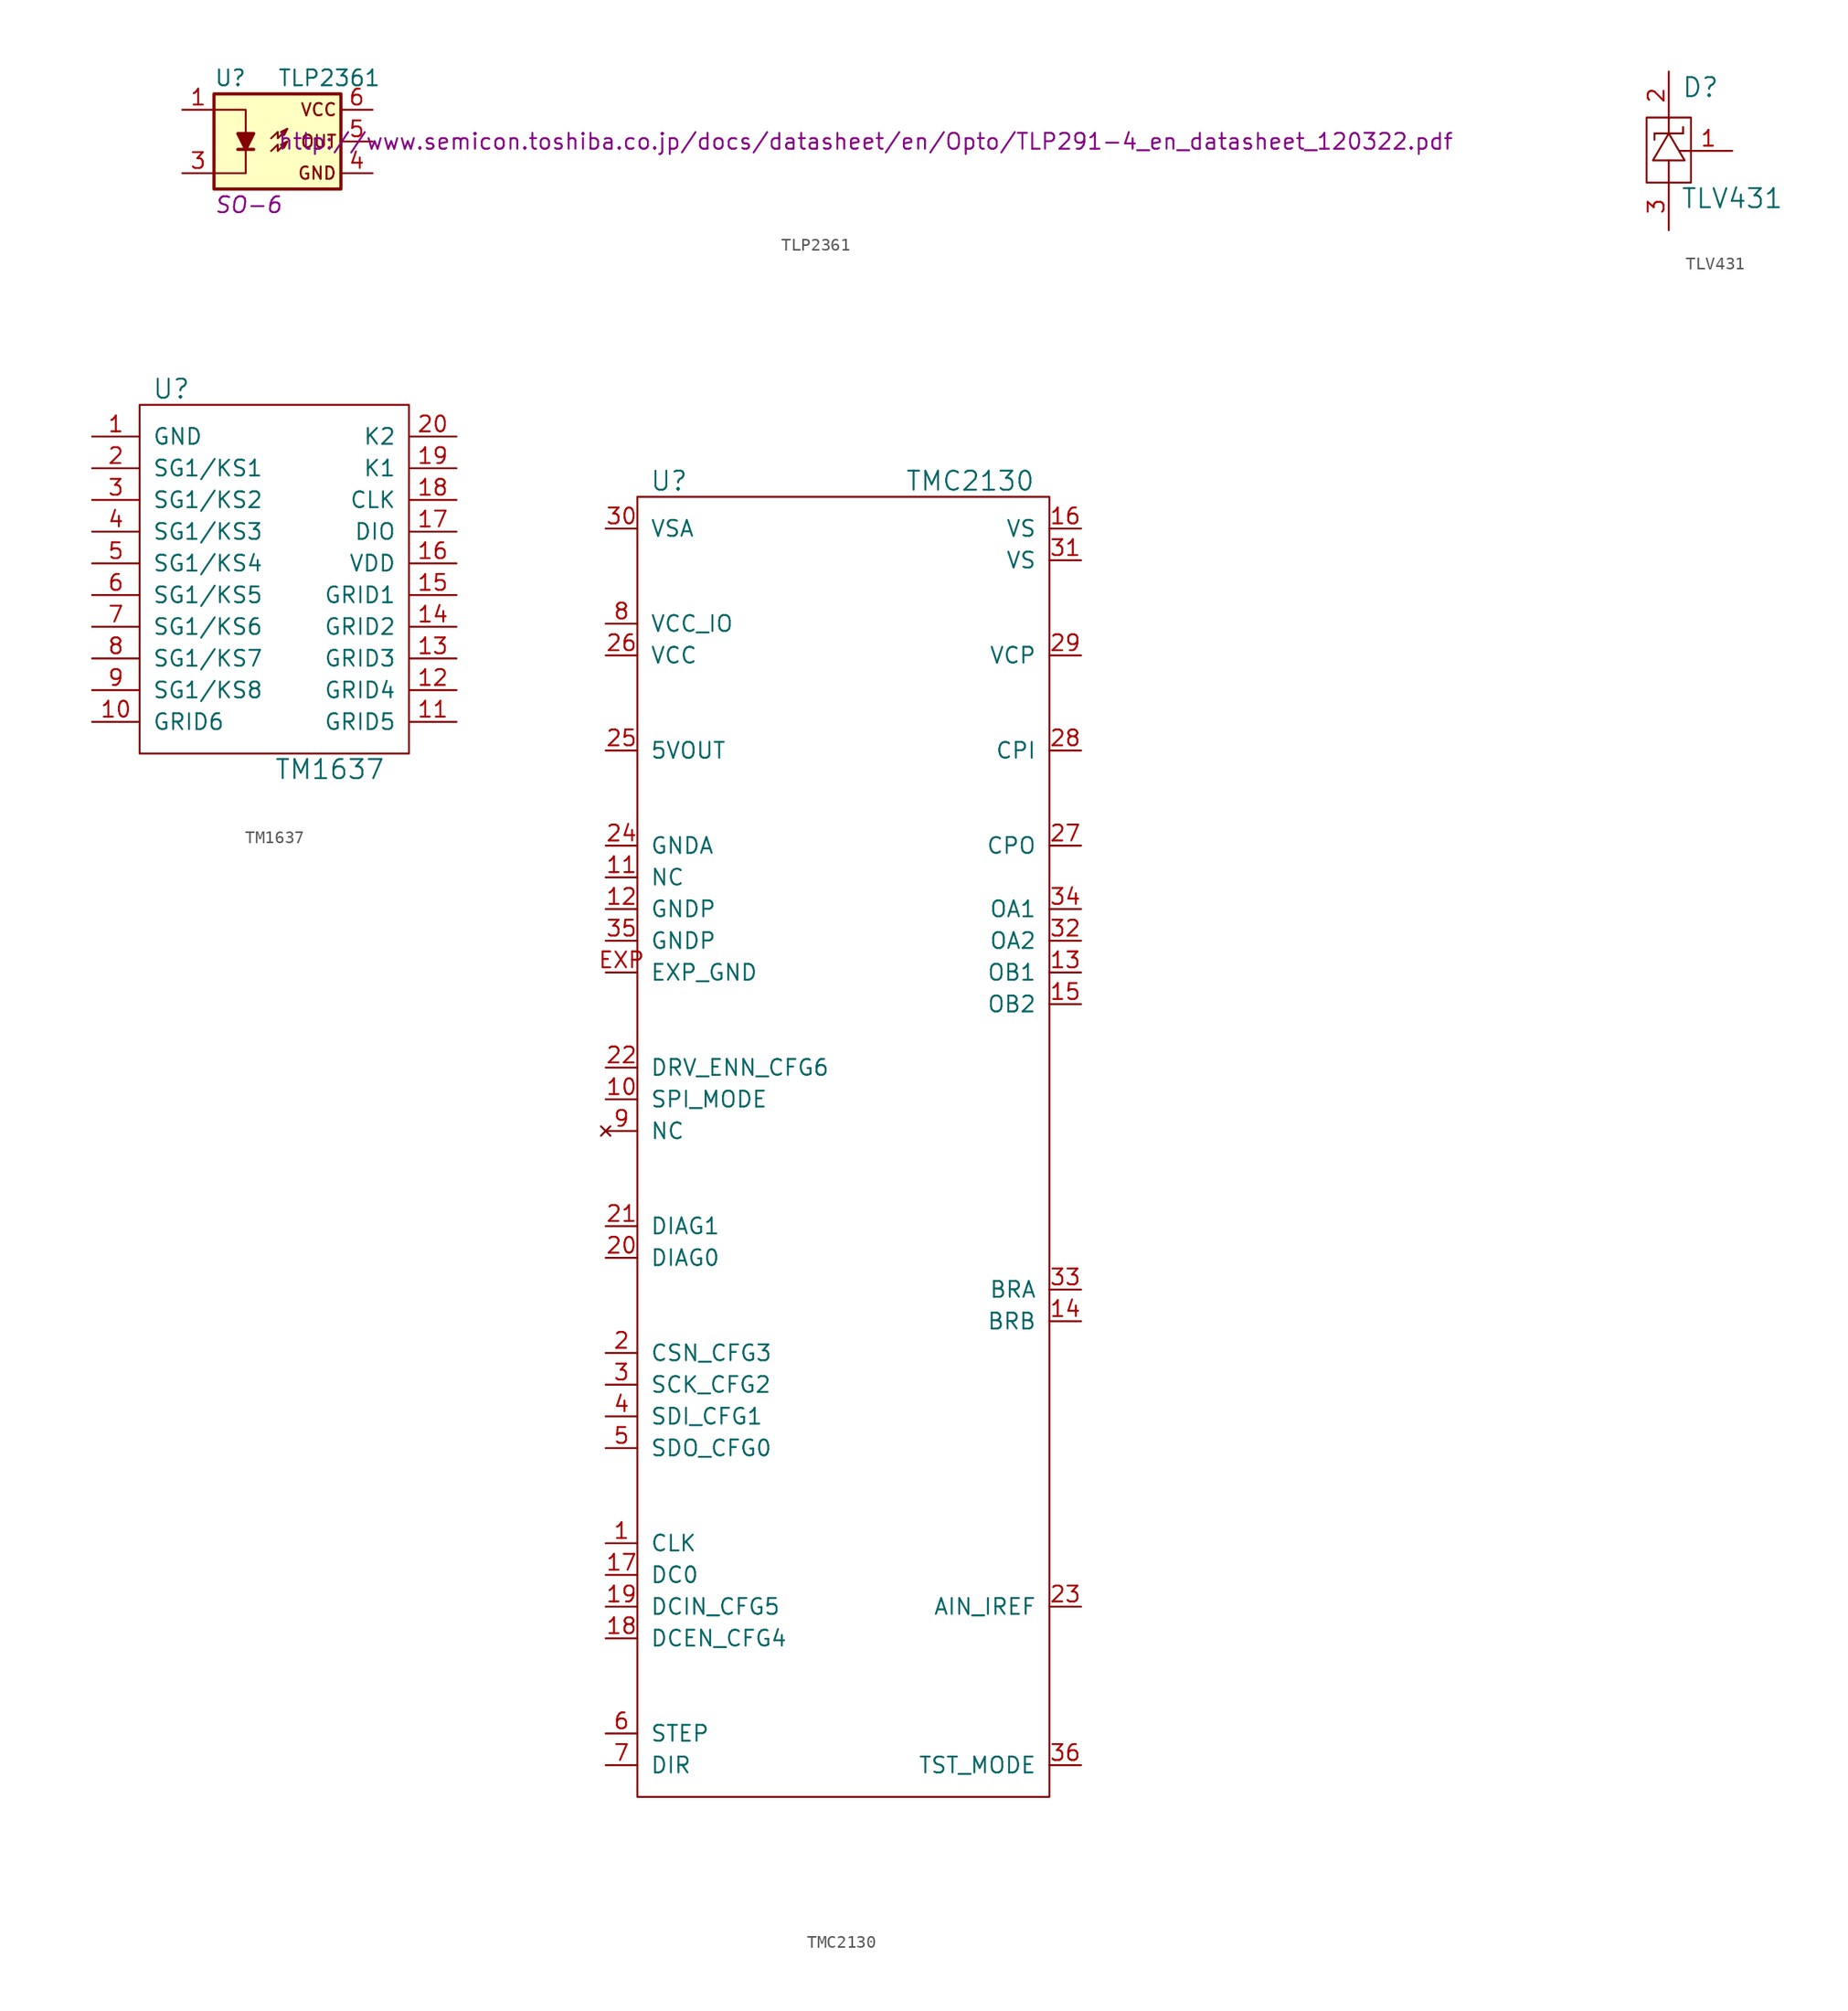
<source format=kicad_sym>
(kicad_symbol_lib
  (version 20211014)
  (generator kicad_symbol_editor)
  (symbol "TLP2361"
    (pin_names
      (offset 1.016))
    (property "Reference" "U"
      (at -5.08 5.08 0)
      (effects (font (size 1.27 1.27)) (justify left)))
    (property "Value" "TLP2361"
      (at 0 5.08 0)
      (effects (font (size 1.27 1.27)) (justify left)))
    (property "Footprint" "SO-6"
      (at -5.08 -5.08 0)
      (effects (font (size 1.27 1.27) italic) (justify left)))
    (property "Datasheet" "http://www.semicon.toshiba.co.jp/docs/datasheet/en/Opto/TLP291-4_en_datasheet_120322.pdf"
      (at 0 0 0)
      (effects (font (size 1.27 1.27)) (justify left)))
    (symbol "TLP2361_0_0"
      (text "GND" (at 3.175 -2.54 0) (effects (font (size 0.991 0.991))))
      (text "OUT" (at 3.302 0 0) (effects (font (size 0.991 0.991))))
      (text "VCC" (at 3.302 2.54 0) (effects (font (size 0.991 0.991)))))
    (symbol "TLP2361_0_1"
      (rectangle (start -5.08 3.81) (end 5.08 -3.81) (stroke (width 0.254) (type default) (color 0 0 0 0)) (fill (type background)))
      (polyline (pts (xy -3.175 -0.635) (xy -1.905 -0.635)) (stroke (width 0.254) (type default) (color 0 0 0 0)) (fill (type none)))
      (polyline (pts (xy -5.08 2.54) (xy -2.54 2.54) (xy -2.54 0.635)) (stroke (width 0) (type default) (color 0 0 0 0)) (fill (type none)))
      (polyline (pts (xy -2.54 -0.635) (xy -2.54 -2.54) (xy -5.08 -2.54)) (stroke (width 0) (type default) (color 0 0 0 0)) (fill (type none)))
      (polyline (pts (xy -2.54 -0.635) (xy -3.175 0.635) (xy -1.905 0.635) (xy -2.54 -0.635)) (stroke (width 0.254) (type default) (color 0 0 0 0)) (fill (type outline)))
      (polyline (pts (xy -0.508 0.254) (xy 0.025 0.762) (xy 0.025 0.254) (xy 0.787 1.016)) (stroke (width 0) (type default) (color 0 0 0 0)) (fill (type none)))
      (polyline (pts (xy 0.787 1.016) (xy 0.279 0.762) (xy 0.533 0.508) (xy 0.787 1.016)) (stroke (width 0) (type default) (color 0 0 0 0)) (fill (type none)))
      (polyline (pts (xy -0.508 -0.762) (xy 0.025 -0.254) (xy 0.025 -0.762) (xy 0.787 0) (xy 0.279 -0.254) (xy 0.533 -0.508) (xy 0.787 0)) (stroke (width 0) (type default) (color 0 0 0 0)) (fill (type none))))
    (symbol "TLP2361_1_1"
      (pin passive line (at -7.62 2.54 0) (length 2.54) (name "~" (effects (font (size 1.27 1.27)))) (number "1" (effects (font (size 1.27 1.27)))))
      (pin passive line (at -7.62 -2.54 0) (length 2.54) (name "~" (effects (font (size 1.27 1.27)))) (number "3" (effects (font (size 1.27 1.27)))))
      (pin passive line (at 7.62 -2.54 180) (length 2.54) (name "~" (effects (font (size 1.27 1.27)))) (number "4" (effects (font (size 1.27 1.27)))))
      (pin passive line (at 7.62 0 180) (length 2.54) (name "~" (effects (font (size 1.27 1.27)))) (number "5" (effects (font (size 1.27 1.27)))))
      (pin passive line (at 7.62 2.54 180) (length 2.54) (name "~" (effects (font (size 1.27 1.27)))) (number "6" (effects (font (size 1.27 1.27)))))))
  (symbol "TLV431"
    (pin_names
      (offset 1.016))
    (property "Reference" "D"
      (at 2.54 5.08 0)
      (effects (font (size 1.524 1.524))))
    (property "Value" "TLV431"
      (at 5.08 -3.81 0)
      (effects (font (size 1.524 1.524))))
    (property "Footprint" ""
      (at 0 0 0)
      (effects (font (size 1.524 1.524))))
    (property "Datasheet" ""
      (at 0 0 0)
      (effects (font (size 1.524 1.524))))
    (symbol "TLV431_0_1"
      (polyline (pts (xy -1.143 1.397) (xy -1.143 0.889)) (stroke (width 0) (type default) (color 0 0 0 0)) (fill (type none)))
      (polyline (pts (xy 0 -2.54) (xy 0 -0.762)) (stroke (width 0) (type default) (color 0 0 0 0)) (fill (type none)))
      (polyline (pts (xy 0 2.54) (xy 0 1.397)) (stroke (width 0) (type default) (color 0 0 0 0)) (fill (type none)))
      (polyline (pts (xy 1.143 1.397) (xy -1.143 1.397)) (stroke (width 0) (type default) (color 0 0 0 0)) (fill (type none)))
      (polyline (pts (xy 1.143 1.397) (xy 1.143 1.905)) (stroke (width 0) (type default) (color 0 0 0 0)) (fill (type none)))
      (polyline (pts (xy 1.27 0) (xy 0.889 0)) (stroke (width 0) (type default) (color 0 0 0 0)) (fill (type none)))
      (polyline (pts (xy 0 1.397) (xy -1.27 -0.762) (xy 1.27 -0.762) (xy 0 1.397)) (stroke (width 0) (type default) (color 0 0 0 0)) (fill (type none)))
      (polyline (pts (xy 0 2.667) (xy 1.778 2.667) (xy 1.778 -2.54) (xy -1.778 -2.54) (xy -1.778 2.667) (xy 0 2.667)) (stroke (width 0) (type default) (color 0 0 0 0)) (fill (type none))))
    (symbol "TLV431_1_1"
      (pin passive line (at 5.08 0 180) (length 3.81) (name "~" (effects (font (size 1.27 1.27)))) (number "1" (effects (font (size 1.27 1.27)))))
      (pin passive line (at 0 6.35 270) (length 3.81) (name "~" (effects (font (size 1.27 1.27)))) (number "2" (effects (font (size 1.27 1.27)))))
      (pin passive line (at 0 -6.35 90) (length 3.81) (name "~" (effects (font (size 1.27 1.27)))) (number "3" (effects (font (size 1.27 1.27)))))))
  (symbol "TM1637"
    (pin_names
      (offset 1.016))
    (property "Reference" "U"
      (at -8.89 11.43 0)
      (effects (font (size 1.524 1.524))))
    (property "Value" "TM1637"
      (at 3.81 -19.05 0)
      (effects (font (size 1.524 1.524))))
    (property "Footprint" ""
      (at 0 0 0)
      (effects (font (size 1.524 1.524))))
    (property "Datasheet" ""
      (at 0 0 0)
      (effects (font (size 1.524 1.524))))
    (symbol "TM1637_0_1"
      (rectangle (start -11.43 10.16) (end 10.16 -17.78) (stroke (width 0) (type default) (color 0 0 0 0)) (fill (type none))))
    (symbol "TM1637_1_1"
      (pin passive line (at -15.24 7.62 0) (length 3.81) (name "GND" (effects (font (size 1.27 1.27)))) (number "1" (effects (font (size 1.27 1.27)))))
      (pin passive line (at -15.24 -15.24 0) (length 3.81) (name "GRID6" (effects (font (size 1.27 1.27)))) (number "10" (effects (font (size 1.27 1.27)))))
      (pin passive line (at 13.97 -15.24 180) (length 3.81) (name "GRID5" (effects (font (size 1.27 1.27)))) (number "11" (effects (font (size 1.27 1.27)))))
      (pin passive line (at 13.97 -12.7 180) (length 3.81) (name "GRID4" (effects (font (size 1.27 1.27)))) (number "12" (effects (font (size 1.27 1.27)))))
      (pin passive line (at 13.97 -10.16 180) (length 3.81) (name "GRID3" (effects (font (size 1.27 1.27)))) (number "13" (effects (font (size 1.27 1.27)))))
      (pin passive line (at 13.97 -7.62 180) (length 3.81) (name "GRID2" (effects (font (size 1.27 1.27)))) (number "14" (effects (font (size 1.27 1.27)))))
      (pin passive line (at 13.97 -5.08 180) (length 3.81) (name "GRID1" (effects (font (size 1.27 1.27)))) (number "15" (effects (font (size 1.27 1.27)))))
      (pin passive line (at 13.97 -2.54 180) (length 3.81) (name "VDD" (effects (font (size 1.27 1.27)))) (number "16" (effects (font (size 1.27 1.27)))))
      (pin passive line (at 13.97 0 180) (length 3.81) (name "DIO" (effects (font (size 1.27 1.27)))) (number "17" (effects (font (size 1.27 1.27)))))
      (pin passive line (at 13.97 2.54 180) (length 3.81) (name "CLK" (effects (font (size 1.27 1.27)))) (number "18" (effects (font (size 1.27 1.27)))))
      (pin passive line (at 13.97 5.08 180) (length 3.81) (name "K1" (effects (font (size 1.27 1.27)))) (number "19" (effects (font (size 1.27 1.27)))))
      (pin passive line (at -15.24 5.08 0) (length 3.81) (name "SG1/KS1" (effects (font (size 1.27 1.27)))) (number "2" (effects (font (size 1.27 1.27)))))
      (pin passive line (at 13.97 7.62 180) (length 3.81) (name "K2" (effects (font (size 1.27 1.27)))) (number "20" (effects (font (size 1.27 1.27)))))
      (pin passive line (at -15.24 2.54 0) (length 3.81) (name "SG1/KS2" (effects (font (size 1.27 1.27)))) (number "3" (effects (font (size 1.27 1.27)))))
      (pin passive line (at -15.24 0 0) (length 3.81) (name "SG1/KS3" (effects (font (size 1.27 1.27)))) (number "4" (effects (font (size 1.27 1.27)))))
      (pin passive line (at -15.24 -2.54 0) (length 3.81) (name "SG1/KS4" (effects (font (size 1.27 1.27)))) (number "5" (effects (font (size 1.27 1.27)))))
      (pin passive line (at -15.24 -5.08 0) (length 3.81) (name "SG1/KS5" (effects (font (size 1.27 1.27)))) (number "6" (effects (font (size 1.27 1.27)))))
      (pin passive line (at -15.24 -7.62 0) (length 3.81) (name "SG1/KS6" (effects (font (size 1.27 1.27)))) (number "7" (effects (font (size 1.27 1.27)))))
      (pin passive line (at -15.24 -10.16 0) (length 3.81) (name "SG1/KS7" (effects (font (size 1.27 1.27)))) (number "8" (effects (font (size 1.27 1.27)))))
      (pin passive line (at -15.24 -12.7 0) (length 3.81) (name "SG1/KS8" (effects (font (size 1.27 1.27)))) (number "9" (effects (font (size 1.27 1.27)))))))
  (symbol "TMC2130"
    (pin_names
      (offset 1.016))
    (property "Reference" "U"
      (at -13.97 53.34 0)
      (effects (font (size 1.524 1.524))))
    (property "Value" "TMC2130"
      (at 10.16 53.34 0)
      (effects (font (size 1.524 1.524))))
    (property "Footprint" ""
      (at 0 7.62 0)
      (effects (font (size 1.524 1.524))))
    (property "Datasheet" ""
      (at 0 7.62 0)
      (effects (font (size 1.524 1.524))))
    (symbol "TMC2130_0_1"
      (rectangle (start -16.51 52.07) (end 16.51 -52.07) (stroke (width 0) (type default) (color 0 0 0 0)) (fill (type none))))
    (symbol "TMC2130_1_1"
      (pin input line (at -19.05 -31.75 0) (length 2.54) (name "CLK" (effects (font (size 1.27 1.27)))) (number "1" (effects (font (size 1.27 1.27)))))
      (pin input line (at -19.05 3.81 0) (length 2.54) (name "SPI_MODE" (effects (font (size 1.27 1.27)))) (number "10" (effects (font (size 1.27 1.27)))))
      (pin passive line (at -19.05 21.59 0) (length 2.54) (name "NC" (effects (font (size 1.27 1.27)))) (number "11" (effects (font (size 1.27 1.27)))))
      (pin input line (at -19.05 19.05 0) (length 2.54) (name "GNDP" (effects (font (size 1.27 1.27)))) (number "12" (effects (font (size 1.27 1.27)))))
      (pin input line (at 19.05 13.97 180) (length 2.54) (name "OB1" (effects (font (size 1.27 1.27)))) (number "13" (effects (font (size 1.27 1.27)))))
      (pin input line (at 19.05 -13.97 180) (length 2.54) (name "BRB" (effects (font (size 1.27 1.27)))) (number "14" (effects (font (size 1.27 1.27)))))
      (pin input line (at 19.05 11.43 180) (length 2.54) (name "OB2" (effects (font (size 1.27 1.27)))) (number "15" (effects (font (size 1.27 1.27)))))
      (pin input line (at 19.05 49.53 180) (length 2.54) (name "VS" (effects (font (size 1.27 1.27)))) (number "16" (effects (font (size 1.27 1.27)))))
      (pin input line (at -19.05 -34.29 0) (length 2.54) (name "DC0" (effects (font (size 1.27 1.27)))) (number "17" (effects (font (size 1.27 1.27)))))
      (pin input line (at -19.05 -39.37 0) (length 2.54) (name "DCEN_CFG4" (effects (font (size 1.27 1.27)))) (number "18" (effects (font (size 1.27 1.27)))))
      (pin input line (at -19.05 -36.83 0) (length 2.54) (name "DCIN_CFG5" (effects (font (size 1.27 1.27)))) (number "19" (effects (font (size 1.27 1.27)))))
      (pin input line (at -19.05 -16.51 0) (length 2.54) (name "CSN_CFG3" (effects (font (size 1.27 1.27)))) (number "2" (effects (font (size 1.27 1.27)))))
      (pin input line (at -19.05 -8.89 0) (length 2.54) (name "DIAG0" (effects (font (size 1.27 1.27)))) (number "20" (effects (font (size 1.27 1.27)))))
      (pin input line (at -19.05 -6.35 0) (length 2.54) (name "DIAG1" (effects (font (size 1.27 1.27)))) (number "21" (effects (font (size 1.27 1.27)))))
      (pin input line (at -19.05 6.35 0) (length 2.54) (name "DRV_ENN_CFG6" (effects (font (size 1.27 1.27)))) (number "22" (effects (font (size 1.27 1.27)))))
      (pin input line (at 19.05 -36.83 180) (length 2.54) (name "AIN_IREF" (effects (font (size 1.27 1.27)))) (number "23" (effects (font (size 1.27 1.27)))))
      (pin input line (at -19.05 24.13 0) (length 2.54) (name "GNDA" (effects (font (size 1.27 1.27)))) (number "24" (effects (font (size 1.27 1.27)))))
      (pin input line (at -19.05 31.75 0) (length 2.54) (name "5VOUT" (effects (font (size 1.27 1.27)))) (number "25" (effects (font (size 1.27 1.27)))))
      (pin input line (at -19.05 39.37 0) (length 2.54) (name "VCC" (effects (font (size 1.27 1.27)))) (number "26" (effects (font (size 1.27 1.27)))))
      (pin input line (at 19.05 24.13 180) (length 2.54) (name "CPO" (effects (font (size 1.27 1.27)))) (number "27" (effects (font (size 1.27 1.27)))))
      (pin input line (at 19.05 31.75 180) (length 2.54) (name "CPI" (effects (font (size 1.27 1.27)))) (number "28" (effects (font (size 1.27 1.27)))))
      (pin input line (at 19.05 39.37 180) (length 2.54) (name "VCP" (effects (font (size 1.27 1.27)))) (number "29" (effects (font (size 1.27 1.27)))))
      (pin input line (at -19.05 -19.05 0) (length 2.54) (name "SCK_CFG2" (effects (font (size 1.27 1.27)))) (number "3" (effects (font (size 1.27 1.27)))))
      (pin input line (at -19.05 49.53 0) (length 2.54) (name "VSA" (effects (font (size 1.27 1.27)))) (number "30" (effects (font (size 1.27 1.27)))))
      (pin input line (at 19.05 46.99 180) (length 2.54) (name "VS" (effects (font (size 1.27 1.27)))) (number "31" (effects (font (size 1.27 1.27)))))
      (pin input line (at 19.05 16.51 180) (length 2.54) (name "OA2" (effects (font (size 1.27 1.27)))) (number "32" (effects (font (size 1.27 1.27)))))
      (pin input line (at 19.05 -11.43 180) (length 2.54) (name "BRA" (effects (font (size 1.27 1.27)))) (number "33" (effects (font (size 1.27 1.27)))))
      (pin input line (at 19.05 19.05 180) (length 2.54) (name "OA1" (effects (font (size 1.27 1.27)))) (number "34" (effects (font (size 1.27 1.27)))))
      (pin input line (at -19.05 16.51 0) (length 2.54) (name "GNDP" (effects (font (size 1.27 1.27)))) (number "35" (effects (font (size 1.27 1.27)))))
      (pin input line (at 19.05 -49.53 180) (length 2.54) (name "TST_MODE" (effects (font (size 1.27 1.27)))) (number "36" (effects (font (size 1.27 1.27)))))
      (pin input line (at -19.05 -21.59 0) (length 2.54) (name "SDI_CFG1" (effects (font (size 1.27 1.27)))) (number "4" (effects (font (size 1.27 1.27)))))
      (pin input line (at -19.05 -24.13 0) (length 2.54) (name "SDO_CFG0" (effects (font (size 1.27 1.27)))) (number "5" (effects (font (size 1.27 1.27)))))
      (pin input line (at -19.05 -46.99 0) (length 2.54) (name "STEP" (effects (font (size 1.27 1.27)))) (number "6" (effects (font (size 1.27 1.27)))))
      (pin input line (at -19.05 -49.53 0) (length 2.54) (name "DIR" (effects (font (size 1.27 1.27)))) (number "7" (effects (font (size 1.27 1.27)))))
      (pin input line (at -19.05 41.91 0) (length 2.54) (name "VCC_IO" (effects (font (size 1.27 1.27)))) (number "8" (effects (font (size 1.27 1.27)))))
      (pin no_connect line (at -19.05 1.27 0) (length 2.54) (name "NC" (effects (font (size 1.27 1.27)))) (number "9" (effects (font (size 1.27 1.27)))))
      (pin input line (at -19.05 13.97 0) (length 2.54) (name "EXP_GND" (effects (font (size 1.27 1.27)))) (number "EXP" (effects (font (size 1.27 1.27))))))))
</source>
